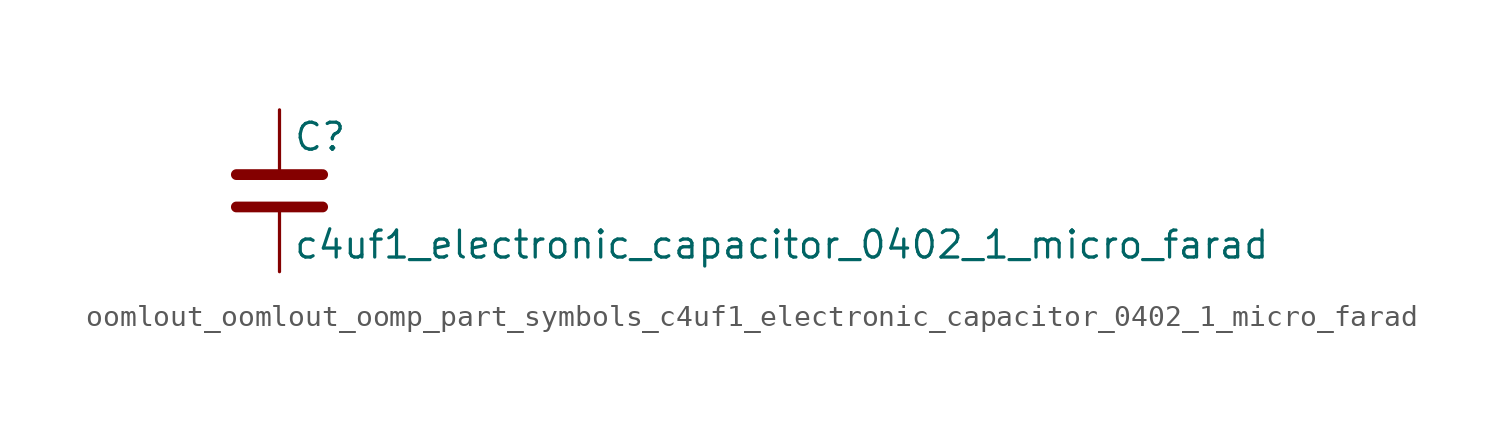
<source format=kicad_sym>
(kicad_symbol_lib
  (version 20220914)
  (generator kicad_symbol_editor)
  (symbol "oomlout_oomlout_oomp_part_symbols_c4uf1_electronic_capacitor_0402_1_micro_farad"
    (pin_numbers hide)
    (pin_names
      (offset 0.254))
    (property "Reference" "C"
      (at 0.635 2.54 0)
      (effects (font (size 1.27 1.27)) (justify left)))
    (property "Value" "c4uf1_electronic_capacitor_0402_1_micro_farad"
      (at 0.635 -2.54 0)
      (effects (font (size 1.27 1.27)) (justify left)))
    (symbol "oomlout_oomlout_oomp_part_symbols_c4uf1_electronic_capacitor_0402_1_micro_farad_0_1"
      (polyline (pts (xy -2.032 -0.762) (xy 2.032 -0.762)) (stroke (width 0.508) (type default)) (fill (type none)))
      (polyline (pts (xy -2.032 0.762) (xy 2.032 0.762)) (stroke (width 0.508) (type default)) (fill (type none))))
    (symbol "oomlout_oomlout_oomp_part_symbols_c4uf1_electronic_capacitor_0402_1_micro_farad_1_1"
      (pin passive line (at 0 3.81 270) (length 2.794) (name "~" (effects (font (size 1.27 1.27)))) (number "1" (effects (font (size 1.27 1.27)))))
      (pin passive line (at 0 -3.81 90) (length 2.794) (name "~" (effects (font (size 1.27 1.27)))) (number "2" (effects (font (size 1.27 1.27))))))))
</source>
